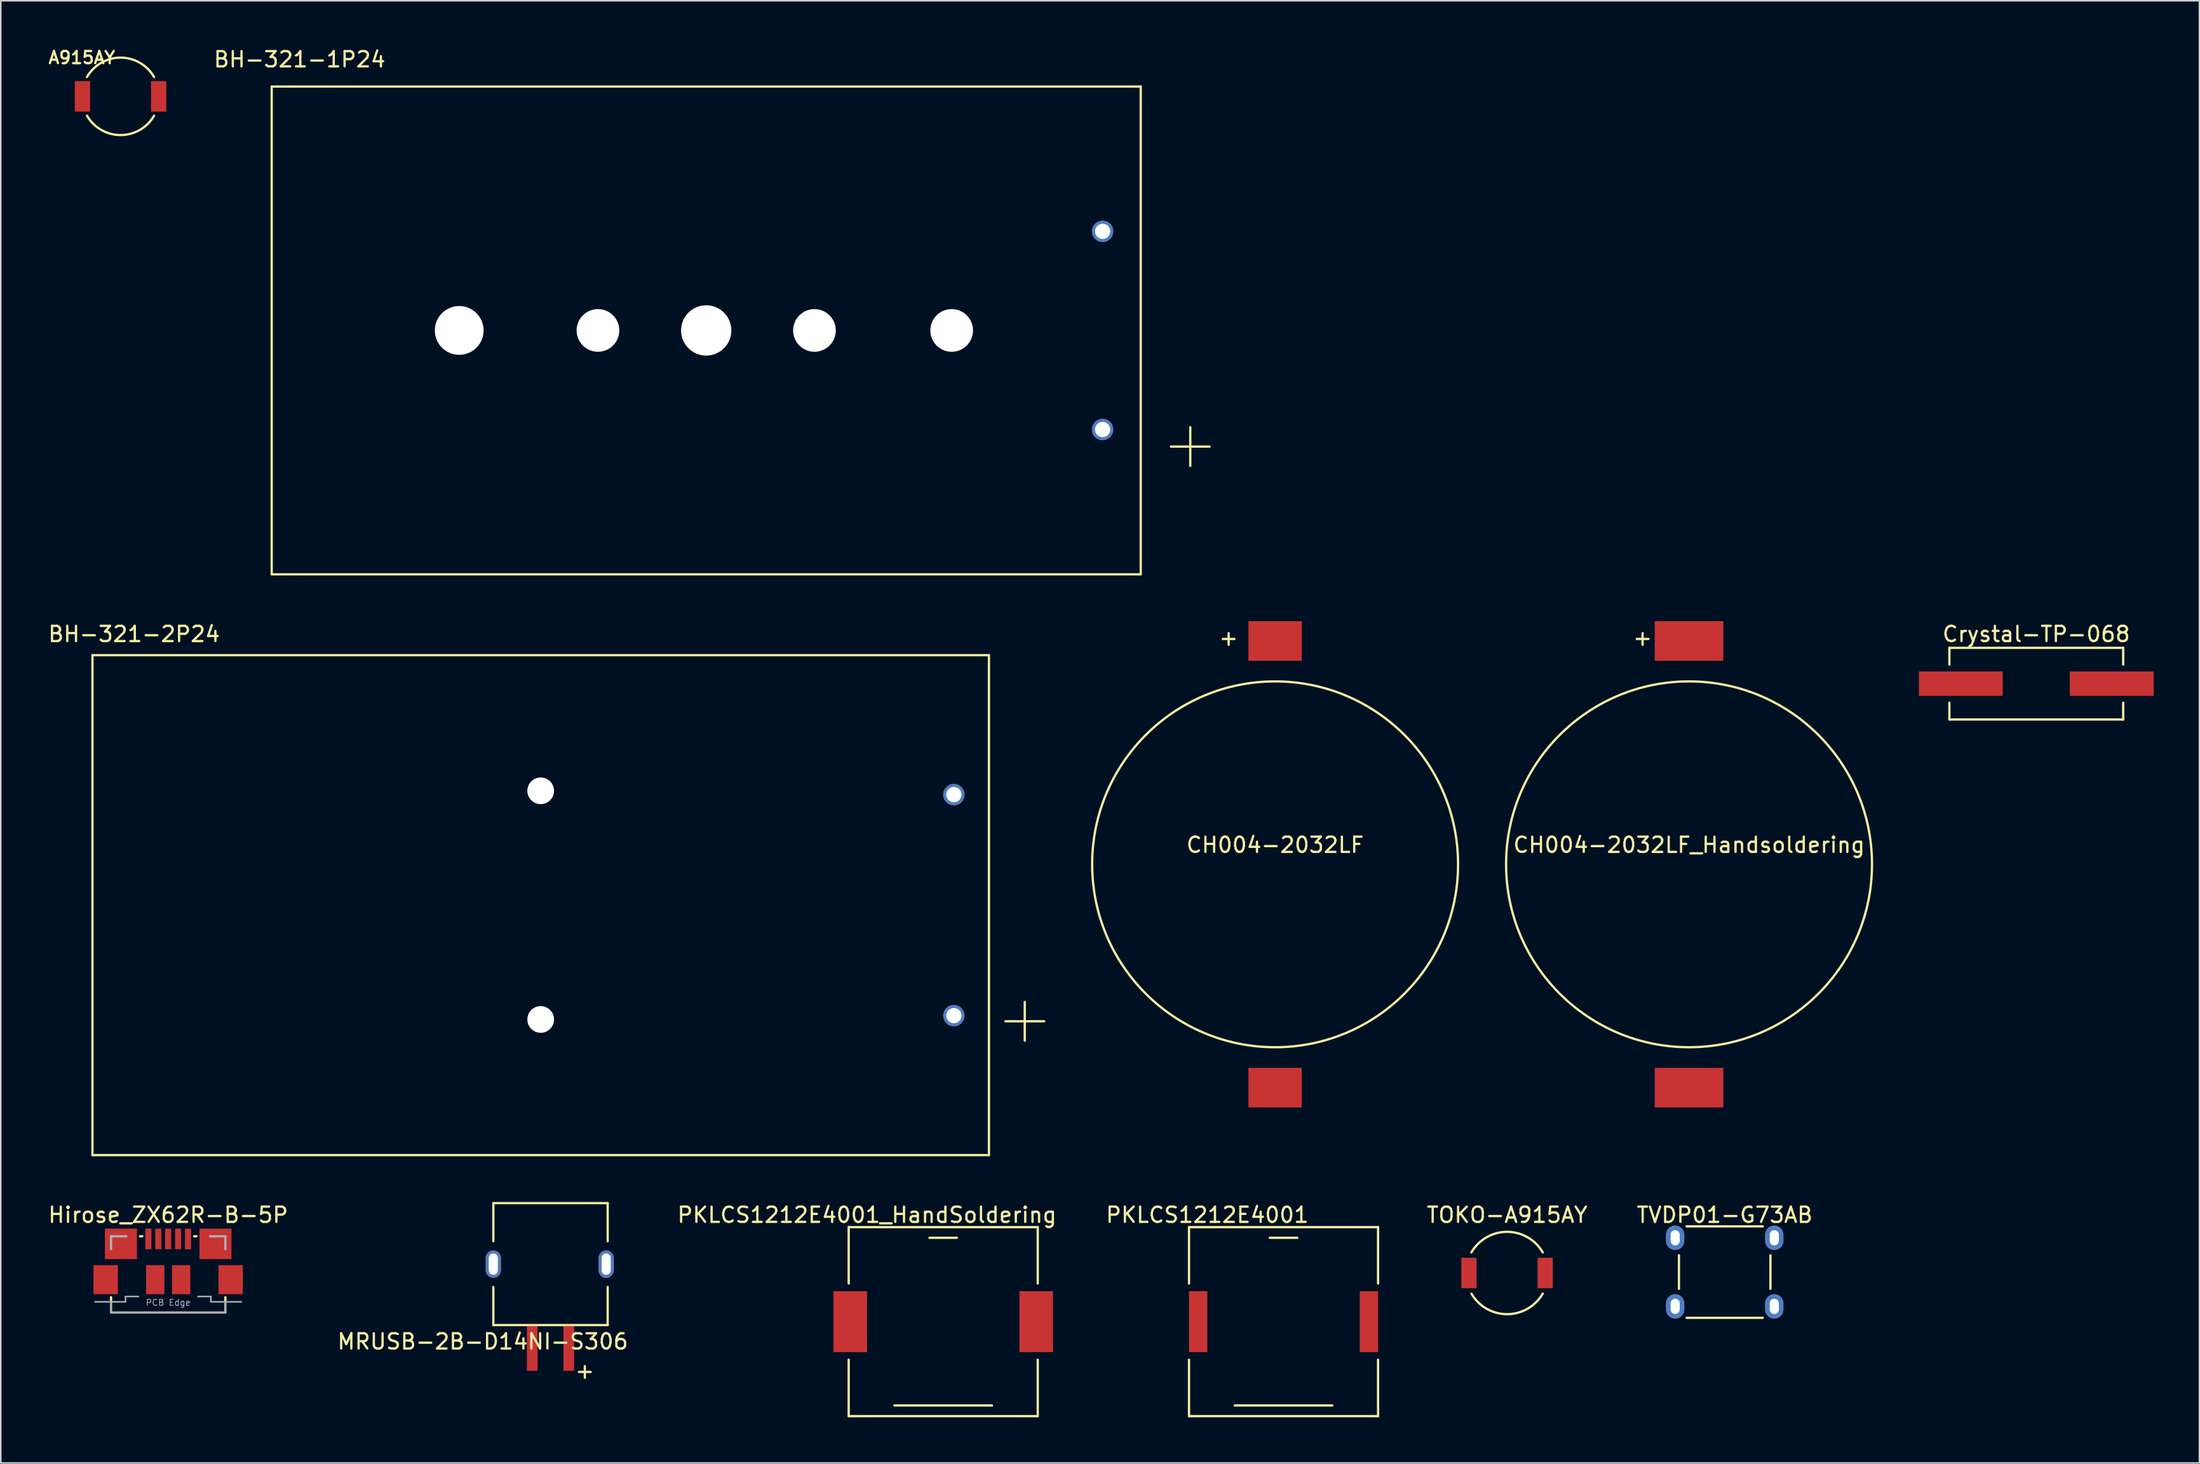
<source format=kicad_pcb>
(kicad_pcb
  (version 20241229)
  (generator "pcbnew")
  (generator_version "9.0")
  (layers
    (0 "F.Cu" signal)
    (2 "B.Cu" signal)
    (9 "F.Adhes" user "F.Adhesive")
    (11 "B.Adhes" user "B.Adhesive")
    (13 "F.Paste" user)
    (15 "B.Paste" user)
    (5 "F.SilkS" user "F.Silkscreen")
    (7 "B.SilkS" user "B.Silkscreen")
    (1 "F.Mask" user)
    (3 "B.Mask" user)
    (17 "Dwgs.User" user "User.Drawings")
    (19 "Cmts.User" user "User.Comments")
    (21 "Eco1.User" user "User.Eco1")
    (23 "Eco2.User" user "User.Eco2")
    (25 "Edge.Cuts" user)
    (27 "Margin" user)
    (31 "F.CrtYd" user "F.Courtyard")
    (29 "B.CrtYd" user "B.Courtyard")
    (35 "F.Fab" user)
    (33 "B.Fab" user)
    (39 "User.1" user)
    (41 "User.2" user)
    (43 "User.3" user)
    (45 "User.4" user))
  (footprint "PKLCS1212E4001_HandSoldering"
    (layer "F.Cu")
    (at 58.815 83.655)
    (property "Reference" "PKLCS1212E4001_HandSoldering" (at -5 -7 0) (layer "F.SilkS") (effects (font (size 1 1) (thickness 0.15))))
    (attr through_hole)
    (fp_line (start -6.2 -6.2) (end -6.2 -2.5) (stroke (width 0.15) (type solid)) (layer "F.SilkS"))
    (fp_line (start -6.2 6.2) (end -6.2 2.5) (stroke (width 0.15) (type solid)) (layer "F.SilkS"))
    (fp_line (start -6.2 6.2) (end 6.2 6.2) (stroke (width 0.15) (type solid)) (layer "F.SilkS"))
    (fp_line (start -3.2 5.5) (end 3.2 5.5) (stroke (width 0.15) (type solid)) (layer "F.SilkS"))
    (fp_line (start -0.9 -5.5) (end 0.9 -5.5) (stroke (width 0.15) (type solid)) (layer "F.SilkS"))
    (fp_line (start 6.2 -6.2) (end -6.2 -6.2) (stroke (width 0.15) (type solid)) (layer "F.SilkS"))
    (fp_line (start 6.2 -6.2) (end 6.2 -2.5) (stroke (width 0.15) (type solid)) (layer "F.SilkS"))
    (fp_line (start 6.2 6.2) (end 6.2 2.5) (stroke (width 0.15) (type solid)) (layer "F.SilkS"))
    (pad "1" smd rect (at 6.1 0) (size 2.2 4) (layers "F.Cu" "F.Mask" "F.Paste"))
    (pad "2" smd rect (at -6.1 0) (size 2.2 4) (layers "F.Cu" "F.Mask" "F.Paste")))
  (footprint "Crystal-TP-068"
    (layer "F.Cu")
    (at 130.509 41.801)
    (property "Reference" "Crystal-TP-068" (at 0 -3.25 0) (layer "F.SilkS") (effects (font (size 1 1) (thickness 0.15))))
    (attr through_hole)
    (fp_line (start -5.7 -2.35) (end -5.7 -1.25) (stroke (width 0.15) (type solid)) (layer "F.SilkS"))
    (fp_line (start -5.7 2.35) (end -5.7 1.25) (stroke (width 0.15) (type solid)) (layer "F.SilkS"))
    (fp_line (start -5.7 2.35) (end 5.7 2.35) (stroke (width 0.15) (type solid)) (layer "F.SilkS"))
    (fp_line (start 5.7 -2.35) (end -5.7 -2.35) (stroke (width 0.15) (type solid)) (layer "F.SilkS"))
    (fp_line (start 5.7 -1.25) (end 5.7 -2.35) (stroke (width 0.15) (type solid)) (layer "F.SilkS"))
    (fp_line (start 5.7 2.35) (end 5.7 1.25) (stroke (width 0.15) (type solid)) (layer "F.SilkS"))
    (pad "1" smd rect (at -4.95 0) (size 5.5 1.6) (layers "F.Cu" "F.Mask" "F.Paste"))
    (pad "2" smd rect (at 4.95 0) (size 5.5 1.6) (layers "F.Cu" "F.Mask" "F.Paste")))
  (footprint "CH004-2032LF_Handsoldering"
    (layer "F.Cu")
    (at 107.734 53.653)
    (property "Reference" "CH004-2032LF_Handsoldering" (at 0 -1.27 0) (layer "F.SilkS") (effects (font (size 1 1) (thickness 0.15))))
    (attr through_hole)
    (fp_circle (center 0 0) (end 12 0) (stroke (width 0.15) (type solid)) (fill no) (layer "F.SilkS"))
    (fp_text user "+" (at -3.048 -14.859 0) (layer "F.SilkS") (effects (font (size 1 1) (thickness 0.15))))
    (pad "1" smd rect (at 0 -14.65) (size 4.5 2.6) (layers "F.Cu" "F.Mask" "F.Paste"))
    (pad "2" smd rect (at 0 14.65) (size 4.5 2.6) (layers "F.Cu" "F.Mask" "F.Paste")))
  (footprint "BH-321-1P24"
    (layer "F.Cu")
    (at 43.27 18.628)
    (property "Reference" "BH-321-1P24" (at -26.67 -17.78 0) (layer "F.SilkS") (effects (font (size 1 1) (thickness 0.15))))
    (attr through_hole)
    (fp_line (start -28.5 -16) (end -28.5 16) (stroke (width 0.15) (type solid)) (layer "F.SilkS"))
    (fp_line (start -28.5 16) (end 28.5 16) (stroke (width 0.15) (type solid)) (layer "F.SilkS"))
    (fp_line (start 28.5 -16) (end -28.5 -16) (stroke (width 0.15) (type solid)) (layer "F.SilkS"))
    (fp_line (start 28.5 16) (end 28.5 -16) (stroke (width 0.15) (type solid)) (layer "F.SilkS"))
    (fp_line (start 30.48 7.62) (end 33.02 7.62) (stroke (width 0.15) (type solid)) (layer "F.SilkS"))
    (fp_line (start 31.75 6.35) (end 31.75 8.89) (stroke (width 0.15) (type solid)) (layer "F.SilkS"))
    (pad "" np_thru_hole circle (at -16.2 0) (size 3.2 3.2) (drill 3.2) (layers "*.Cu" "*.Mask"))
    (pad "" np_thru_hole circle (at -7.1 0) (size 2.8 2.8) (drill 2.8) (layers "*.Cu" "*.Mask"))
    (pad "" np_thru_hole circle (at 0 0) (size 3.3 3.3) (drill 3.3) (layers "*.Cu" "*.Mask"))
    (pad "" np_thru_hole circle (at 7.1 0) (size 2.8 2.8) (drill 2.8) (layers "*.Cu" "*.Mask"))
    (pad "" np_thru_hole circle (at 16.1 0) (size 2.8 2.8) (drill 2.8) (layers "*.Cu" "*.Mask"))
    (pad "1" thru_hole circle (at 26 6.5) (size 1.4 1.4) (drill 1) (layers "*.Cu" "*.Mask"))
    (pad "2" thru_hole circle (at 26 -6.5) (size 1.4 1.4) (drill 1) (layers "*.Cu" "*.Mask")))
  (footprint "Hirose_ZX62R-B-5P"
    (layer "F.Cu")
    (at 7.982 80.905)
    (property "Reference" "Hirose_ZX62R-B-5P" (at 0 -4.25 0) (layer "F.SilkS") (effects (font (size 1 1) (thickness 0.15))))
    (attr through_hole)
    (fp_line (start -3.75 1.45) (end -3.75 1.15) (stroke (width 0.15) (type solid)) (layer "F.SilkS"))
    (fp_line (start -1.85 -2.85) (end -1.7 -2.85) (stroke (width 0.15) (type solid)) (layer "F.SilkS"))
    (fp_line (start 1.85 -2.85) (end 1.7 -2.85) (stroke (width 0.15) (type solid)) (layer "F.SilkS"))
    (fp_line (start 3.75 1.45) (end 3.75 1.15) (stroke (width 0.15) (type solid)) (layer "F.SilkS"))
    (fp_line (start -4.8 1.45) (end -2.8 1.45) (stroke (width 0.1) (type solid)) (layer "F.Fab"))
    (fp_line (start -3.75 -2.85) (end -3.75 -2) (stroke (width 0.15) (type solid)) (layer "F.Fab"))
    (fp_line (start -3.75 -2.85) (end -2.75 -2.85) (stroke (width 0.15) (type solid)) (layer "F.Fab"))
    (fp_line (start -3.75 1.45) (end -3.75 2.15) (stroke (width 0.15) (type solid)) (layer "F.Fab"))
    (fp_line (start -2.8 1.1) (end -2.8 1.45) (stroke (width 0.1) (type solid)) (layer "F.Fab"))
    (fp_line (start -2.8 1.1) (end -1.95 1.1) (stroke (width 0.1) (type solid)) (layer "F.Fab"))
    (fp_line (start 1.95 1.1) (end 2.8 1.1) (stroke (width 0.1) (type solid)) (layer "F.Fab"))
    (fp_line (start 2.8 1.1) (end 2.8 1.45) (stroke (width 0.1) (type solid)) (layer "F.Fab"))
    (fp_line (start 2.8 1.45) (end 4.8 1.45) (stroke (width 0.1) (type solid)) (layer "F.Fab"))
    (fp_line (start 3.75 -2.85) (end 2.75 -2.85) (stroke (width 0.15) (type solid)) (layer "F.Fab"))
    (fp_line (start 3.75 -2.85) (end 3.75 -2) (stroke (width 0.15) (type solid)) (layer "F.Fab"))
    (fp_line (start 3.75 1.45) (end 3.75 2.15) (stroke (width 0.15) (type solid)) (layer "F.Fab"))
    (fp_line (start 3.75 2.15) (end -3.75 2.15) (stroke (width 0.15) (type solid)) (layer "F.Fab"))
    (fp_text user "PCB Edge" (at 0 1.5 0) (layer "F.Fab") (effects (font (size 0.4 0.4) (thickness 0.05))))
    (pad "1" smd rect (at 1.3 -2.675) (size 0.4 1.35) (layers "F.Cu" "F.Mask" "F.Paste"))
    (pad "2" smd rect (at 0.65 -2.675) (size 0.4 1.35) (layers "F.Cu" "F.Mask" "F.Paste"))
    (pad "3" smd rect (at 0 -2.675) (size 0.4 1.35) (layers "F.Cu" "F.Mask" "F.Paste"))
    (pad "4" smd rect (at -0.65 -2.675) (size 0.4 1.35) (layers "F.Cu" "F.Mask" "F.Paste"))
    (pad "5" smd rect (at -1.3 -2.675) (size 0.4 1.35) (layers "F.Cu" "F.Mask" "F.Paste"))
    (pad "6" smd rect (at -4.1 0) (size 1.6 1.9) (layers "F.Cu" "F.Mask" "F.Paste"))
    (pad "6" smd rect (at -3.1 -2.35) (size 2.1 2) (layers "F.Cu" "F.Mask" "F.Paste"))
    (pad "6" smd rect (at -0.85 0) (size 1.2 1.9) (layers "F.Cu" "F.Mask" "F.Paste"))
    (pad "6" smd rect (at 0.85 0) (size 1.2 1.9) (layers "F.Cu" "F.Mask" "F.Paste"))
    (pad "6" smd rect (at 3.1 -2.35) (size 2.1 2) (layers "F.Cu" "F.Mask" "F.Paste"))
    (pad "6" smd rect (at 4.1 0) (size 1.6 1.9) (layers "F.Cu" "F.Mask" "F.Paste")))
  (footprint "BH-321-2P24"
    (layer "F.Cu")
    (at 32.414 56.331)
    (property "Reference" "BH-321-2P24" (at -26.67 -17.78 0) (layer "F.SilkS") (effects (font (size 1 1) (thickness 0.15))))
    (attr through_hole)
    (fp_line (start -29.4 -16.4) (end -29.4 16.4) (stroke (width 0.15) (type solid)) (layer "F.SilkS"))
    (fp_line (start -29.4 16.4) (end 29.4 16.4) (stroke (width 0.15) (type solid)) (layer "F.SilkS"))
    (fp_line (start 29.4 -16.4) (end -29.4 -16.4) (stroke (width 0.15) (type solid)) (layer "F.SilkS"))
    (fp_line (start 29.4 16.4) (end 29.4 -16.4) (stroke (width 0.15) (type solid)) (layer "F.SilkS"))
    (fp_line (start 30.48 7.62) (end 33.02 7.62) (stroke (width 0.15) (type solid)) (layer "F.SilkS"))
    (fp_line (start 31.75 6.35) (end 31.75 8.89) (stroke (width 0.15) (type solid)) (layer "F.SilkS"))
    (pad "" np_thru_hole circle (at 0 -7.5) (size 1.75 1.75) (drill 1.75) (layers "*.Cu" "*.Mask"))
    (pad "" np_thru_hole circle (at 0 7.5) (size 1.75 1.75) (drill 1.75) (layers "*.Cu" "*.Mask"))
    (pad "1" thru_hole circle (at 27.1 7.25) (size 1.4 1.4) (drill 1) (layers "*.Cu" "*.Mask"))
    (pad "2" thru_hole circle (at 27.1 -7.25) (size 1.4 1.4) (drill 1) (layers "*.Cu" "*.Mask")))
  (footprint "CH004-2032LF"
    (layer "F.Cu")
    (at 80.584 53.653)
    (property "Reference" "CH004-2032LF" (at 0 -1.27 0) (layer "F.SilkS") (effects (font (size 1 1) (thickness 0.15))))
    (attr through_hole)
    (fp_circle (center 0 0) (end 12 0) (stroke (width 0.15) (type solid)) (fill no) (layer "F.SilkS"))
    (fp_text user "+" (at -3.048 -14.859 0) (layer "F.SilkS") (effects (font (size 1 1) (thickness 0.15))))
    (pad "1" smd rect (at 0 -14.65) (size 3.5 2.6) (layers "F.Cu" "F.Mask" "F.Paste"))
    (pad "2" smd rect (at 0 14.65) (size 3.5 2.6) (layers "F.Cu" "F.Mask" "F.Paste")))
  (footprint "MRUSB-2B-D14NI-S306"
    (layer "F.Cu")
    (at 33.058 79.882)
    (property "Reference" "MRUSB-2B-D14NI-S306" (at -4.445 5.08 0) (layer "F.SilkS") (effects (font (size 1 1) (thickness 0.15))))
    (attr through_hole)
    (fp_line (start -3.75 -1.5) (end -3.75 -4) (stroke (width 0.15) (type solid)) (layer "F.SilkS"))
    (fp_line (start -3.75 1.5) (end -3.75 4) (stroke (width 0.15) (type solid)) (layer "F.SilkS"))
    (fp_line (start -3.75 4) (end 3.75 4) (stroke (width 0.15) (type solid)) (layer "F.SilkS"))
    (fp_line (start 3.75 -4) (end -3.75 -4) (stroke (width 0.15) (type solid)) (layer "F.SilkS"))
    (fp_line (start 3.75 -1.5) (end 3.75 -4) (stroke (width 0.15) (type solid)) (layer "F.SilkS"))
    (fp_line (start 3.75 1.5) (end 3.75 4) (stroke (width 0.15) (type solid)) (layer "F.SilkS"))
    (fp_text user "+" (at 2.25 7 0) (layer "F.SilkS") (effects (font (size 1 1) (thickness 0.15))))
    (pad "" thru_hole oval (at -3.75 0) (size 1 1.8) (drill oval 0.6 1.4) (layers "*.Cu" "*.Mask"))
    (pad "" thru_hole oval (at 3.65 0) (size 1 1.8) (drill oval 0.6 1.4) (layers "*.Cu" "*.Mask"))
    (pad "1" smd rect (at -1.2 5.5) (size 0.7 3) (layers "F.Cu" "F.Mask" "F.Paste"))
    (pad "2" smd rect (at 1.2 5.5) (size 0.7 3) (layers "F.Cu" "F.Mask" "F.Paste")))
  (footprint "A915AY"
    (layer "F.Cu")
    (at 4.856 3.271)
    (property "Reference" "A915AY" (at -2.54 -2.54 0) (layer "F.SilkS") (effects (font (size 0.8 0.8) (thickness 0.15))))
    (attr through_hole)
    (fp_arc (start -2.2 -1.27) (mid -0.000148 -2.540256) (end 2.199852 -1.270256) (stroke (width 0.15) (type solid)) (layer "F.SilkS"))
    (fp_arc (start 2.2 1.27) (mid 0.000148 2.540256) (end -2.199852 1.270256) (stroke (width 0.15) (type solid)) (layer "F.SilkS"))
    (pad "1" smd rect (at -2.5 0) (size 1 2) (layers "F.Cu" "F.Mask" "F.Paste"))
    (pad "2" smd rect (at 2.5 0) (size 1 2) (layers "F.Cu" "F.Mask" "F.Paste")))
  (footprint "TVDP01-G73AB"
    (layer "F.Cu")
    (at 110.073 80.405)
    (property "Reference" "TVDP01-G73AB" (at 0 -3.75 0) (layer "F.SilkS") (effects (font (size 1 1) (thickness 0.15))))
    (attr through_hole)
    (fp_line (start -3 -1.1) (end -3 1.1) (stroke (width 0.15) (type solid)) (layer "F.SilkS"))
    (fp_line (start -2.5 3) (end 2.5 3) (stroke (width 0.15) (type solid)) (layer "F.SilkS"))
    (fp_line (start 2.5 -3) (end -2.5 -3) (stroke (width 0.15) (type solid)) (layer "F.SilkS"))
    (fp_line (start 3 1.1) (end 3 -1.1) (stroke (width 0.15) (type solid)) (layer "F.SilkS"))
    (pad "1" thru_hole oval (at -3.25 -2.25) (size 1.2 1.6) (drill oval 0.6 1) (layers "*.Cu" "*.Mask"))
    (pad "2" thru_hole oval (at 3.25 -2.25) (size 1.2 1.6) (drill oval 0.6 1) (layers "*.Cu" "*.Mask"))
    (pad "3" thru_hole oval (at -3.25 2.25) (size 1.2 1.6) (drill oval 0.6 1) (layers "*.Cu" "*.Mask"))
    (pad "4" thru_hole oval (at 3.25 2.25) (size 1.2 1.6) (drill oval 0.6 1) (layers "*.Cu" "*.Mask")))
  (footprint "TOKO-A915AY"
    (layer "F.Cu")
    (at 95.799 80.465)
    (property "Reference" "TOKO-A915AY" (at 0 -3.81 0) (layer "F.SilkS") (effects (font (size 1 1) (thickness 0.15))))
    (attr through_hole)
    (fp_arc (start -2.34 -1.35) (mid -0.000866 -2.701499) (end 2.339134 -1.351499) (stroke (width 0.15) (type solid)) (layer "F.SilkS"))
    (fp_arc (start 2.34 1.35) (mid 0.000866 2.701499) (end -2.339134 1.351499) (stroke (width 0.15) (type solid)) (layer "F.SilkS"))
    (pad "1" smd rect (at -2.5 0) (size 1 2) (layers "F.Cu" "F.Mask" "F.Paste"))
    (pad "2" smd rect (at 2.5 0) (size 1 2) (layers "F.Cu" "F.Mask" "F.Paste")))
  (footprint "PKLCS1212E4001"
    (layer "F.Cu")
    (at 81.137 83.655)
    (property "Reference" "PKLCS1212E4001" (at -5 -7 0) (layer "F.SilkS") (effects (font (size 1 1) (thickness 0.15))))
    (attr through_hole)
    (fp_line (start -6.2 -6.2) (end -6.2 -2.5) (stroke (width 0.15) (type solid)) (layer "F.SilkS"))
    (fp_line (start -6.2 6.2) (end -6.2 2.5) (stroke (width 0.15) (type solid)) (layer "F.SilkS"))
    (fp_line (start -6.2 6.2) (end 6.2 6.2) (stroke (width 0.15) (type solid)) (layer "F.SilkS"))
    (fp_line (start -3.2 5.5) (end 3.2 5.5) (stroke (width 0.15) (type solid)) (layer "F.SilkS"))
    (fp_line (start -0.9 -5.5) (end 0.9 -5.5) (stroke (width 0.15) (type solid)) (layer "F.SilkS"))
    (fp_line (start 6.2 -6.2) (end -6.2 -6.2) (stroke (width 0.15) (type solid)) (layer "F.SilkS"))
    (fp_line (start 6.2 -6.2) (end 6.2 -2.5) (stroke (width 0.15) (type solid)) (layer "F.SilkS"))
    (fp_line (start 6.2 6.2) (end 6.2 2.5) (stroke (width 0.15) (type solid)) (layer "F.SilkS"))
    (pad "1" smd rect (at 5.6 0) (size 1.2 4) (layers "F.Cu" "F.Mask" "F.Paste"))
    (pad "2" smd rect (at -5.6 0) (size 1.2 4) (layers "F.Cu" "F.Mask" "F.Paste")))
  (gr_rect
    (start -3 -3)
    (end 141.209 92.93)
    (stroke (width 0.1) (type default))
    (fill no)
    (layer "Edge.Cuts")))
</source>
